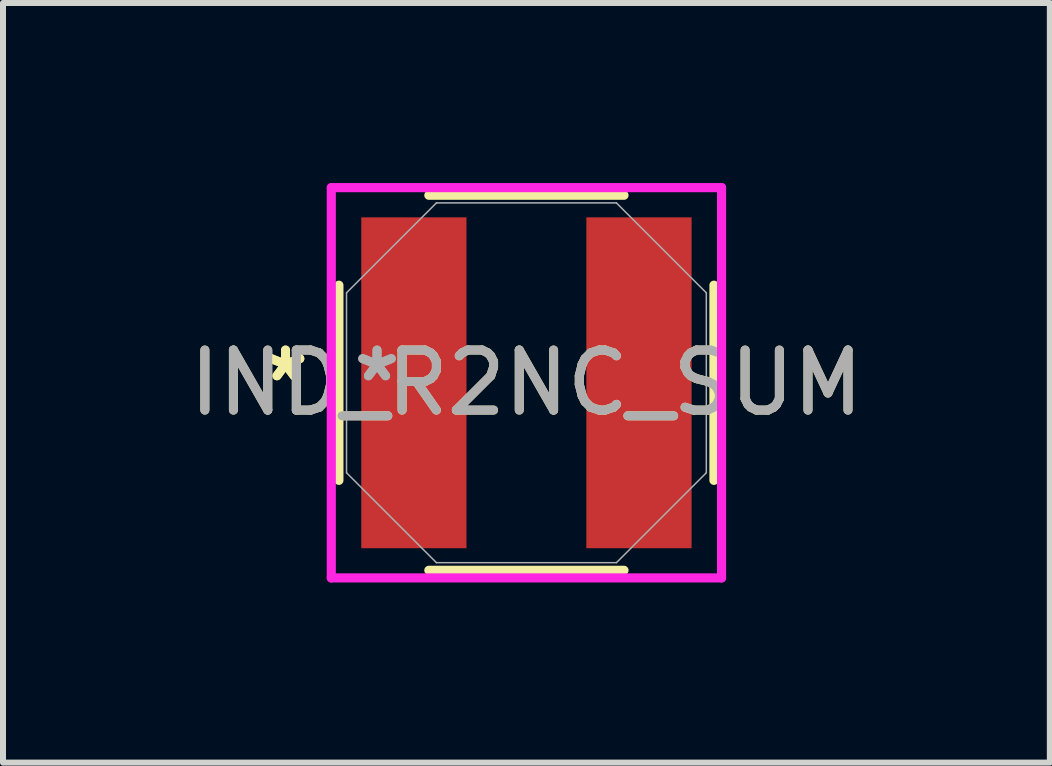
<source format=kicad_pcb>
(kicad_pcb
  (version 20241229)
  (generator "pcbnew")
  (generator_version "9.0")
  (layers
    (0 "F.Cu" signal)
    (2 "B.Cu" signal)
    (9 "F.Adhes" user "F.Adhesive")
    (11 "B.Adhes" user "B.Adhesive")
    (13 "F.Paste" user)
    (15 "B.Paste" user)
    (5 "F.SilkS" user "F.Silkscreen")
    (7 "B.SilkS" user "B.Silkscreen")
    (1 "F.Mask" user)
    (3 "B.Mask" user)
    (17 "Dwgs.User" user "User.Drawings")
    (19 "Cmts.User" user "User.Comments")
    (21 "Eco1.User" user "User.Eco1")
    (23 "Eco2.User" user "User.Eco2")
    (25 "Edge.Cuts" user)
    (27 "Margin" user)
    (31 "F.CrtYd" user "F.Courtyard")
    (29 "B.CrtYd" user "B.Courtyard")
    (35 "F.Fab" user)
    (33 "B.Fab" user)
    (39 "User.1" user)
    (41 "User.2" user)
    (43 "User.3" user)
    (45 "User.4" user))
  (footprint "IND_R2NC_SUM"
    (layer "F.Cu")
    (at 5.72 3.327)
    (property "Reference" "IND_R2NC_SUM" (at 0 0 0) (unlocked yes) (layer "F.SilkS") (effects (font (size 1 1) (thickness 0.15))))
    (attr smd)
    (fp_line (start -3.124 -1.626) (end -3.124 1.626) (stroke (width 0.152) (type solid)) (layer "F.SilkS"))
    (fp_line (start -1.626 3.124) (end 1.626 3.124) (stroke (width 0.152) (type solid)) (layer "F.SilkS"))
    (fp_line (start 1.626 -3.124) (end -1.626 -3.124) (stroke (width 0.152) (type solid)) (layer "F.SilkS"))
    (fp_line (start 3.124 1.626) (end 3.124 -1.626) (stroke (width 0.152) (type solid)) (layer "F.SilkS"))
    (fp_line (start -3.251 -3.251) (end 3.251 -3.251) (stroke (width 0.152) (type solid)) (layer "F.CrtYd"))
    (fp_line (start -3.251 3.251) (end -3.251 -3.251) (stroke (width 0.152) (type solid)) (layer "F.CrtYd"))
    (fp_line (start 3.251 -3.251) (end 3.251 3.251) (stroke (width 0.152) (type solid)) (layer "F.CrtYd"))
    (fp_line (start 3.251 3.251) (end -3.251 3.251) (stroke (width 0.152) (type solid)) (layer "F.CrtYd"))
    (fp_line (start -2.997 -1.499) (end -2.997 1.499) (stroke (width 0.025) (type solid)) (layer "F.Fab"))
    (fp_line (start -2.997 1.499) (end -1.499 2.997) (stroke (width 0.025) (type solid)) (layer "F.Fab"))
    (fp_line (start -1.499 -2.997) (end -2.997 -1.499) (stroke (width 0.025) (type solid)) (layer "F.Fab"))
    (fp_line (start -1.499 2.997) (end 1.499 2.997) (stroke (width 0.025) (type solid)) (layer "F.Fab"))
    (fp_line (start 1.499 -2.997) (end -1.499 -2.997) (stroke (width 0.025) (type solid)) (layer "F.Fab"))
    (fp_line (start 1.499 2.997) (end 2.997 1.499) (stroke (width 0.025) (type solid)) (layer "F.Fab"))
    (fp_line (start 2.997 -1.499) (end 1.499 -2.997) (stroke (width 0.025) (type solid)) (layer "F.Fab"))
    (fp_line (start 2.997 1.499) (end 2.997 -1.499) (stroke (width 0.025) (type solid)) (layer "F.Fab"))
    (fp_text user "*" (at -4.013 0 0) (layer "F.SilkS") (effects (font (size 1 1) (thickness 0.15))))
    (fp_text user "*" (at -4.013 0 0) (unlocked yes) (layer "F.SilkS") (effects (font (size 1 1) (thickness 0.15))))
    (fp_text user "*" (at -2.489 0 0) (unlocked yes) (layer "F.Fab") (effects (font (size 1 1) (thickness 0.15))))
    (fp_text user "${REFERENCE}" (at 0 0 0) (unlocked yes) (layer "F.Fab") (effects (font (size 1 1) (thickness 0.15))))
    (fp_text user "*" (at -2.489 0 0) (layer "F.Fab") (effects (font (size 1 1) (thickness 0.15))))
    (pad "1" smd rect (at -1.875 0) (size 1.753 5.512) (layers "F.Cu" "F.Mask" "F.Paste"))
    (pad "2" smd rect (at 1.875 0) (size 1.753 5.512) (layers "F.Cu" "F.Mask" "F.Paste")))
  (gr_rect
    (start -3 -3)
    (end 14.44 9.655)
    (stroke (width 0.1) (type default))
    (fill no)
    (layer "Edge.Cuts")))
</source>
